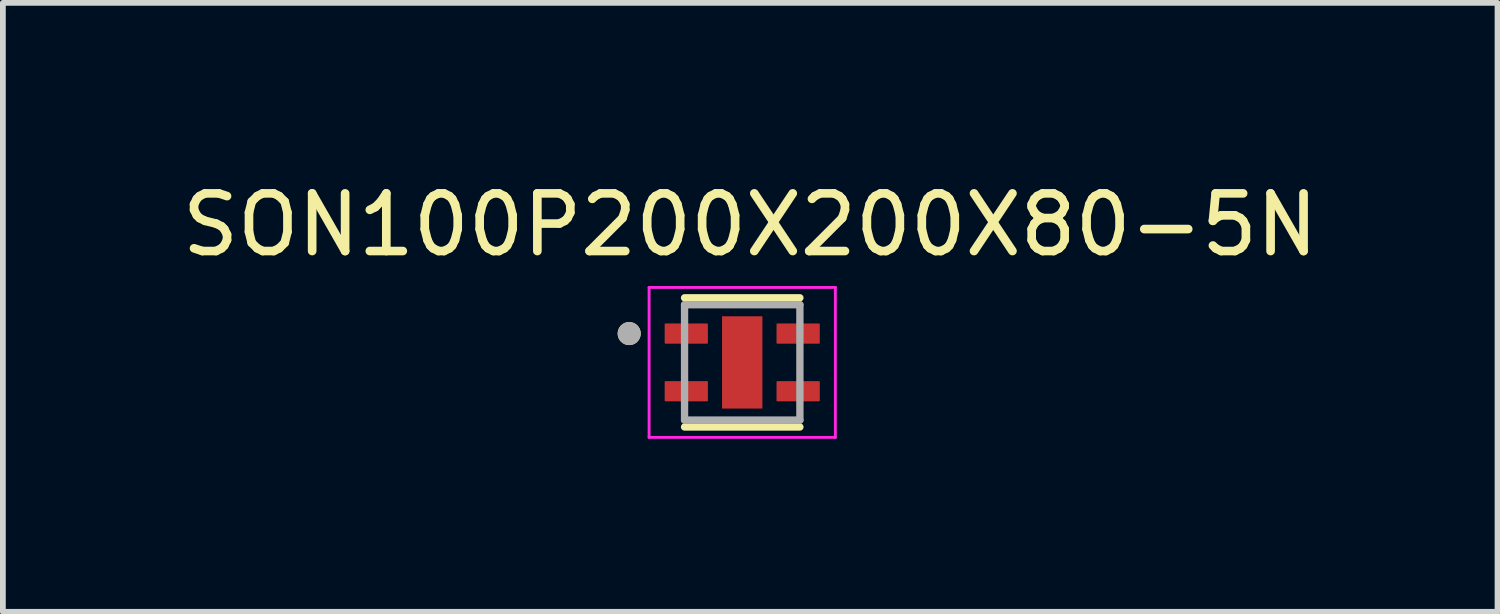
<source format=kicad_pcb>
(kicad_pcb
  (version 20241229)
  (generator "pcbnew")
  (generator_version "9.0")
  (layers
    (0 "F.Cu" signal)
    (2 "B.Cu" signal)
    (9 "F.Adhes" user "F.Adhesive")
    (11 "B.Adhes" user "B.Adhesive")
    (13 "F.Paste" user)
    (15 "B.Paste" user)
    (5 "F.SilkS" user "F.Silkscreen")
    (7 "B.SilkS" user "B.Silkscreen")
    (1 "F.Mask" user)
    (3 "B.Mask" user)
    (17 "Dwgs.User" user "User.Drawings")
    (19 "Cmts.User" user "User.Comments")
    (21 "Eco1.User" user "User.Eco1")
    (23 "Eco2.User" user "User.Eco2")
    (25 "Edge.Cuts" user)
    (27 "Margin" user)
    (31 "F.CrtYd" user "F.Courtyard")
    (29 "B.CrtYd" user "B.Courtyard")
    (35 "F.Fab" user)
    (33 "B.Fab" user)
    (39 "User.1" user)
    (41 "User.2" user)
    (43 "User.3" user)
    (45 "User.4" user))
  (footprint "SON100P200X200X80-5N"
    (layer "F.Cu")
    (at 9.82 3.234)
    (property "Reference" "SON100P200X200X80-5N" (at 0.138 -2.386 0) (layer "F.SilkS") (effects (font (size 1 1) (thickness 0.15))))
    (attr through_hole)
    (fp_line (start -1 -1.12) (end 1 -1.12) (stroke (width 0.127) (type solid)) (layer "F.SilkS"))
    (fp_line (start -1 1.12) (end 1 1.12) (stroke (width 0.127) (type solid)) (layer "F.SilkS"))
    (fp_circle (center -1.96 -0.5) (end -1.86 -0.5) (stroke (width 0.2) (type solid)) (fill no) (layer "F.SilkS"))
    (fp_line (start -1.615 -1.3) (end -1.615 1.3) (stroke (width 0.05) (type solid)) (layer "F.CrtYd"))
    (fp_line (start -1.615 -1.3) (end 1.615 -1.3) (stroke (width 0.05) (type solid)) (layer "F.CrtYd"))
    (fp_line (start -1.615 1.3) (end 1.615 1.3) (stroke (width 0.05) (type solid)) (layer "F.CrtYd"))
    (fp_line (start 1.615 -1.3) (end 1.615 1.3) (stroke (width 0.05) (type solid)) (layer "F.CrtYd"))
    (fp_line (start -1 -1) (end -1 1) (stroke (width 0.127) (type solid)) (layer "F.Fab"))
    (fp_line (start -1 -1) (end 1 -1) (stroke (width 0.127) (type solid)) (layer "F.Fab"))
    (fp_line (start -1 1) (end 1 1) (stroke (width 0.127) (type solid)) (layer "F.Fab"))
    (fp_line (start 1 -1) (end 1 1) (stroke (width 0.127) (type solid)) (layer "F.Fab"))
    (fp_circle (center -1.96 -0.5) (end -1.86 -0.5) (stroke (width 0.2) (type solid)) (fill no) (layer "F.Fab"))
    (pad "1" smd roundrect (at -0.97 -0.5) (size 0.75 0.35) (layers "F.Cu" "F.Mask" "F.Paste") (roundrect_rratio 0.04))
    (pad "2" smd roundrect (at -0.97 0.5) (size 0.75 0.35) (layers "F.Cu" "F.Mask" "F.Paste") (roundrect_rratio 0.04))
    (pad "3" smd roundrect (at 0.97 0.5) (size 0.75 0.35) (layers "F.Cu" "F.Mask" "F.Paste") (roundrect_rratio 0.04))
    (pad "4" smd roundrect (at 0.97 -0.5) (size 0.75 0.35) (layers "F.Cu" "F.Mask" "F.Paste") (roundrect_rratio 0.04))
    (pad "5" smd rect (at 0 0) (size 0.7 1.6) (layers "F.Cu" "F.Mask" "F.Paste")))
  (gr_rect
    (start -3 -3)
    (end 22.917 7.559)
    (stroke (width 0.1) (type default))
    (fill no)
    (layer "Edge.Cuts")))
</source>
